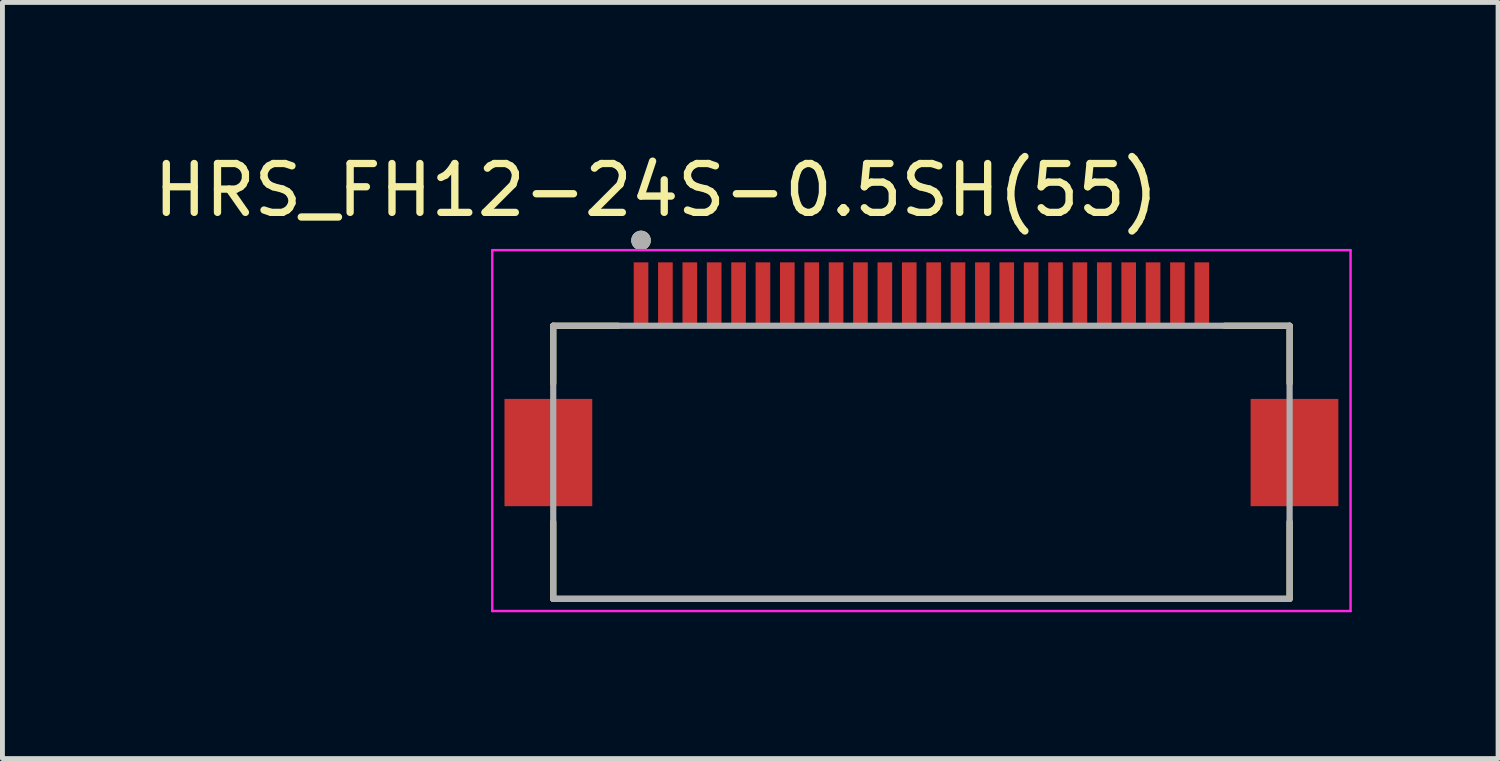
<source format=kicad_pcb>
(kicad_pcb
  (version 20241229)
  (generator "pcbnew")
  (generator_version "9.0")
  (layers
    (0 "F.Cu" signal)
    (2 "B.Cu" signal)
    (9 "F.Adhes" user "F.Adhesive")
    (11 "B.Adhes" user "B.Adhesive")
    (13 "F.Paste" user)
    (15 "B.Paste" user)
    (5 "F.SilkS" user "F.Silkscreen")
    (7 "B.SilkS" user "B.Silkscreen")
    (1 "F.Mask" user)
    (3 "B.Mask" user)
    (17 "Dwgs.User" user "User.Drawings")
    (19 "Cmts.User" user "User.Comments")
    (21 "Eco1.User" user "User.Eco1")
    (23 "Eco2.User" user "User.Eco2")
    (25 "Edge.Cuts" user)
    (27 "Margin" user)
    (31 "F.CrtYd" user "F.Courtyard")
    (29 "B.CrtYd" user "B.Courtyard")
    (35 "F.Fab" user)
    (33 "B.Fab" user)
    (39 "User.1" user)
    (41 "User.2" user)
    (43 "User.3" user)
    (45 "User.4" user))
  (footprint "HRS_FH12-24S-0.5SH(55)"
    (layer "F.Cu")
    (at 15.845 5.78)
    (property "Reference" "HRS_FH12-24S-0.5SH(55)" (at -5.441 -4.931 0) (layer "F.SilkS") (effects (font (size 1.002 1.002) (thickness 0.15))))
    (attr through_hole)
    (fp_line (start -7.55 -2.15) (end -6.22 -2.15) (stroke (width 0.127) (type solid)) (layer "F.SilkS"))
    (fp_line (start -7.55 -0.97) (end -7.55 -2.15) (stroke (width 0.127) (type solid)) (layer "F.SilkS"))
    (fp_line (start -7.55 3.45) (end -7.55 1.87) (stroke (width 0.127) (type solid)) (layer "F.SilkS"))
    (fp_line (start 6.22 -2.15) (end 7.55 -2.15) (stroke (width 0.127) (type solid)) (layer "F.SilkS"))
    (fp_line (start 7.55 -0.97) (end 7.55 -2.15) (stroke (width 0.127) (type solid)) (layer "F.SilkS"))
    (fp_line (start 7.55 3.45) (end -7.55 3.45) (stroke (width 0.127) (type solid)) (layer "F.SilkS"))
    (fp_line (start 7.55 3.45) (end 7.55 1.87) (stroke (width 0.127) (type solid)) (layer "F.SilkS"))
    (fp_circle (center -5.75 -3.9) (end -5.65 -3.9) (stroke (width 0.2) (type solid)) (fill no) (layer "F.SilkS"))
    (fp_poly (pts (xy -5.875 -3.45) (xy -5.625 -3.45) (xy -5.625 -2.15) (xy -5.875 -2.15)) (stroke (width 0.01) (type solid)) (fill yes) (layer "F.Paste"))
    (fp_poly (pts (xy -5.375 -3.45) (xy -5.125 -3.45) (xy -5.125 -2.15) (xy -5.375 -2.15)) (stroke (width 0.01) (type solid)) (fill yes) (layer "F.Paste"))
    (fp_poly (pts (xy -4.875 -3.45) (xy -4.625 -3.45) (xy -4.625 -2.15) (xy -4.875 -2.15)) (stroke (width 0.01) (type solid)) (fill yes) (layer "F.Paste"))
    (fp_poly (pts (xy -4.375 -3.45) (xy -4.125 -3.45) (xy -4.125 -2.15) (xy -4.375 -2.15)) (stroke (width 0.01) (type solid)) (fill yes) (layer "F.Paste"))
    (fp_poly (pts (xy -3.875 -3.45) (xy -3.625 -3.45) (xy -3.625 -2.15) (xy -3.875 -2.15)) (stroke (width 0.01) (type solid)) (fill yes) (layer "F.Paste"))
    (fp_poly (pts (xy -3.375 -3.45) (xy -3.125 -3.45) (xy -3.125 -2.15) (xy -3.375 -2.15)) (stroke (width 0.01) (type solid)) (fill yes) (layer "F.Paste"))
    (fp_poly (pts (xy -2.875 -3.45) (xy -2.625 -3.45) (xy -2.625 -2.15) (xy -2.875 -2.15)) (stroke (width 0.01) (type solid)) (fill yes) (layer "F.Paste"))
    (fp_poly (pts (xy -2.375 -3.45) (xy -2.125 -3.45) (xy -2.125 -2.15) (xy -2.375 -2.15)) (stroke (width 0.01) (type solid)) (fill yes) (layer "F.Paste"))
    (fp_poly (pts (xy -1.875 -3.45) (xy -1.625 -3.45) (xy -1.625 -2.15) (xy -1.875 -2.15)) (stroke (width 0.01) (type solid)) (fill yes) (layer "F.Paste"))
    (fp_poly (pts (xy -1.375 -3.45) (xy -1.125 -3.45) (xy -1.125 -2.15) (xy -1.375 -2.15)) (stroke (width 0.01) (type solid)) (fill yes) (layer "F.Paste"))
    (fp_poly (pts (xy -0.875 -3.45) (xy -0.625 -3.45) (xy -0.625 -2.15) (xy -0.875 -2.15)) (stroke (width 0.01) (type solid)) (fill yes) (layer "F.Paste"))
    (fp_poly (pts (xy -0.375 -3.45) (xy -0.125 -3.45) (xy -0.125 -2.15) (xy -0.375 -2.15)) (stroke (width 0.01) (type solid)) (fill yes) (layer "F.Paste"))
    (fp_poly (pts (xy 0.125 -3.45) (xy 0.375 -3.45) (xy 0.375 -2.15) (xy 0.125 -2.15)) (stroke (width 0.01) (type solid)) (fill yes) (layer "F.Paste"))
    (fp_poly (pts (xy 0.625 -3.45) (xy 0.875 -3.45) (xy 0.875 -2.15) (xy 0.625 -2.15)) (stroke (width 0.01) (type solid)) (fill yes) (layer "F.Paste"))
    (fp_poly (pts (xy 1.125 -3.45) (xy 1.375 -3.45) (xy 1.375 -2.15) (xy 1.125 -2.15)) (stroke (width 0.01) (type solid)) (fill yes) (layer "F.Paste"))
    (fp_poly (pts (xy 1.625 -3.45) (xy 1.875 -3.45) (xy 1.875 -2.15) (xy 1.625 -2.15)) (stroke (width 0.01) (type solid)) (fill yes) (layer "F.Paste"))
    (fp_poly (pts (xy 2.125 -3.45) (xy 2.375 -3.45) (xy 2.375 -2.15) (xy 2.125 -2.15)) (stroke (width 0.01) (type solid)) (fill yes) (layer "F.Paste"))
    (fp_poly (pts (xy 2.625 -3.45) (xy 2.875 -3.45) (xy 2.875 -2.15) (xy 2.625 -2.15)) (stroke (width 0.01) (type solid)) (fill yes) (layer "F.Paste"))
    (fp_poly (pts (xy 3.125 -3.45) (xy 3.375 -3.45) (xy 3.375 -2.15) (xy 3.125 -2.15)) (stroke (width 0.01) (type solid)) (fill yes) (layer "F.Paste"))
    (fp_poly (pts (xy 3.625 -3.45) (xy 3.875 -3.45) (xy 3.875 -2.15) (xy 3.625 -2.15)) (stroke (width 0.01) (type solid)) (fill yes) (layer "F.Paste"))
    (fp_poly (pts (xy 4.125 -3.45) (xy 4.375 -3.45) (xy 4.375 -2.15) (xy 4.125 -2.15)) (stroke (width 0.01) (type solid)) (fill yes) (layer "F.Paste"))
    (fp_poly (pts (xy 4.625 -3.45) (xy 4.875 -3.45) (xy 4.875 -2.15) (xy 4.625 -2.15)) (stroke (width 0.01) (type solid)) (fill yes) (layer "F.Paste"))
    (fp_poly (pts (xy 5.125 -3.45) (xy 5.375 -3.45) (xy 5.375 -2.15) (xy 5.125 -2.15)) (stroke (width 0.01) (type solid)) (fill yes) (layer "F.Paste"))
    (fp_poly (pts (xy 5.625 -3.45) (xy 5.875 -3.45) (xy 5.875 -2.15) (xy 5.625 -2.15)) (stroke (width 0.01) (type solid)) (fill yes) (layer "F.Paste"))
    (fp_line (start -8.8 -3.7) (end 8.8 -3.7) (stroke (width 0.05) (type solid)) (layer "F.CrtYd"))
    (fp_line (start -8.8 3.7) (end -8.8 -3.7) (stroke (width 0.05) (type solid)) (layer "F.CrtYd"))
    (fp_line (start 8.8 -3.7) (end 8.8 3.7) (stroke (width 0.05) (type solid)) (layer "F.CrtYd"))
    (fp_line (start 8.8 3.7) (end -8.8 3.7) (stroke (width 0.05) (type solid)) (layer "F.CrtYd"))
    (fp_line (start -7.55 -2.15) (end 7.55 -2.15) (stroke (width 0.127) (type solid)) (layer "F.Fab"))
    (fp_line (start -7.55 3.45) (end -7.55 -2.15) (stroke (width 0.127) (type solid)) (layer "F.Fab"))
    (fp_line (start 7.55 -2.15) (end 7.55 3.45) (stroke (width 0.127) (type solid)) (layer "F.Fab"))
    (fp_line (start 7.55 3.45) (end -7.55 3.45) (stroke (width 0.127) (type solid)) (layer "F.Fab"))
    (fp_circle (center -5.75 -3.9) (end -5.65 -3.9) (stroke (width 0.2) (type solid)) (fill no) (layer "F.Fab"))
    (pad "1" smd rect (at -5.75 -2.8) (size 0.3 1.3) (layers "F.Cu" "F.Mask"))
    (pad "2" smd rect (at -5.25 -2.8) (size 0.3 1.3) (layers "F.Cu" "F.Mask"))
    (pad "3" smd rect (at -4.75 -2.8) (size 0.3 1.3) (layers "F.Cu" "F.Mask"))
    (pad "4" smd rect (at -4.25 -2.8) (size 0.3 1.3) (layers "F.Cu" "F.Mask"))
    (pad "5" smd rect (at -3.75 -2.8) (size 0.3 1.3) (layers "F.Cu" "F.Mask"))
    (pad "6" smd rect (at -3.25 -2.8) (size 0.3 1.3) (layers "F.Cu" "F.Mask"))
    (pad "7" smd rect (at -2.75 -2.8) (size 0.3 1.3) (layers "F.Cu" "F.Mask"))
    (pad "8" smd rect (at -2.25 -2.8) (size 0.3 1.3) (layers "F.Cu" "F.Mask"))
    (pad "9" smd rect (at -1.75 -2.8) (size 0.3 1.3) (layers "F.Cu" "F.Mask"))
    (pad "10" smd rect (at -1.25 -2.8) (size 0.3 1.3) (layers "F.Cu" "F.Mask"))
    (pad "11" smd rect (at -0.75 -2.8) (size 0.3 1.3) (layers "F.Cu" "F.Mask"))
    (pad "12" smd rect (at -0.25 -2.8) (size 0.3 1.3) (layers "F.Cu" "F.Mask"))
    (pad "13" smd rect (at 0.25 -2.8) (size 0.3 1.3) (layers "F.Cu" "F.Mask"))
    (pad "14" smd rect (at 0.75 -2.8) (size 0.3 1.3) (layers "F.Cu" "F.Mask"))
    (pad "15" smd rect (at 1.25 -2.8) (size 0.3 1.3) (layers "F.Cu" "F.Mask"))
    (pad "16" smd rect (at 1.75 -2.8) (size 0.3 1.3) (layers "F.Cu" "F.Mask"))
    (pad "17" smd rect (at 2.25 -2.8) (size 0.3 1.3) (layers "F.Cu" "F.Mask"))
    (pad "18" smd rect (at 2.75 -2.8) (size 0.3 1.3) (layers "F.Cu" "F.Mask"))
    (pad "19" smd rect (at 3.25 -2.8) (size 0.3 1.3) (layers "F.Cu" "F.Mask"))
    (pad "20" smd rect (at 3.75 -2.8) (size 0.3 1.3) (layers "F.Cu" "F.Mask"))
    (pad "21" smd rect (at 4.25 -2.8) (size 0.3 1.3) (layers "F.Cu" "F.Mask"))
    (pad "22" smd rect (at 4.75 -2.8) (size 0.3 1.3) (layers "F.Cu" "F.Mask"))
    (pad "23" smd rect (at 5.25 -2.8) (size 0.3 1.3) (layers "F.Cu" "F.Mask"))
    (pad "24" smd rect (at 5.75 -2.8) (size 0.3 1.3) (layers "F.Cu" "F.Mask"))
    (pad "P1" smd rect (at 7.65 0.45 180) (size 1.8 2.2) (layers "F.Cu" "F.Mask" "F.Paste"))
    (pad "P2" smd rect (at -7.65 0.45 180) (size 1.8 2.2) (layers "F.Cu" "F.Mask" "F.Paste")))
  (gr_rect
    (start -3 -3)
    (end 27.67 12.505)
    (stroke (width 0.1) (type default))
    (fill no)
    (layer "Edge.Cuts")))
</source>
